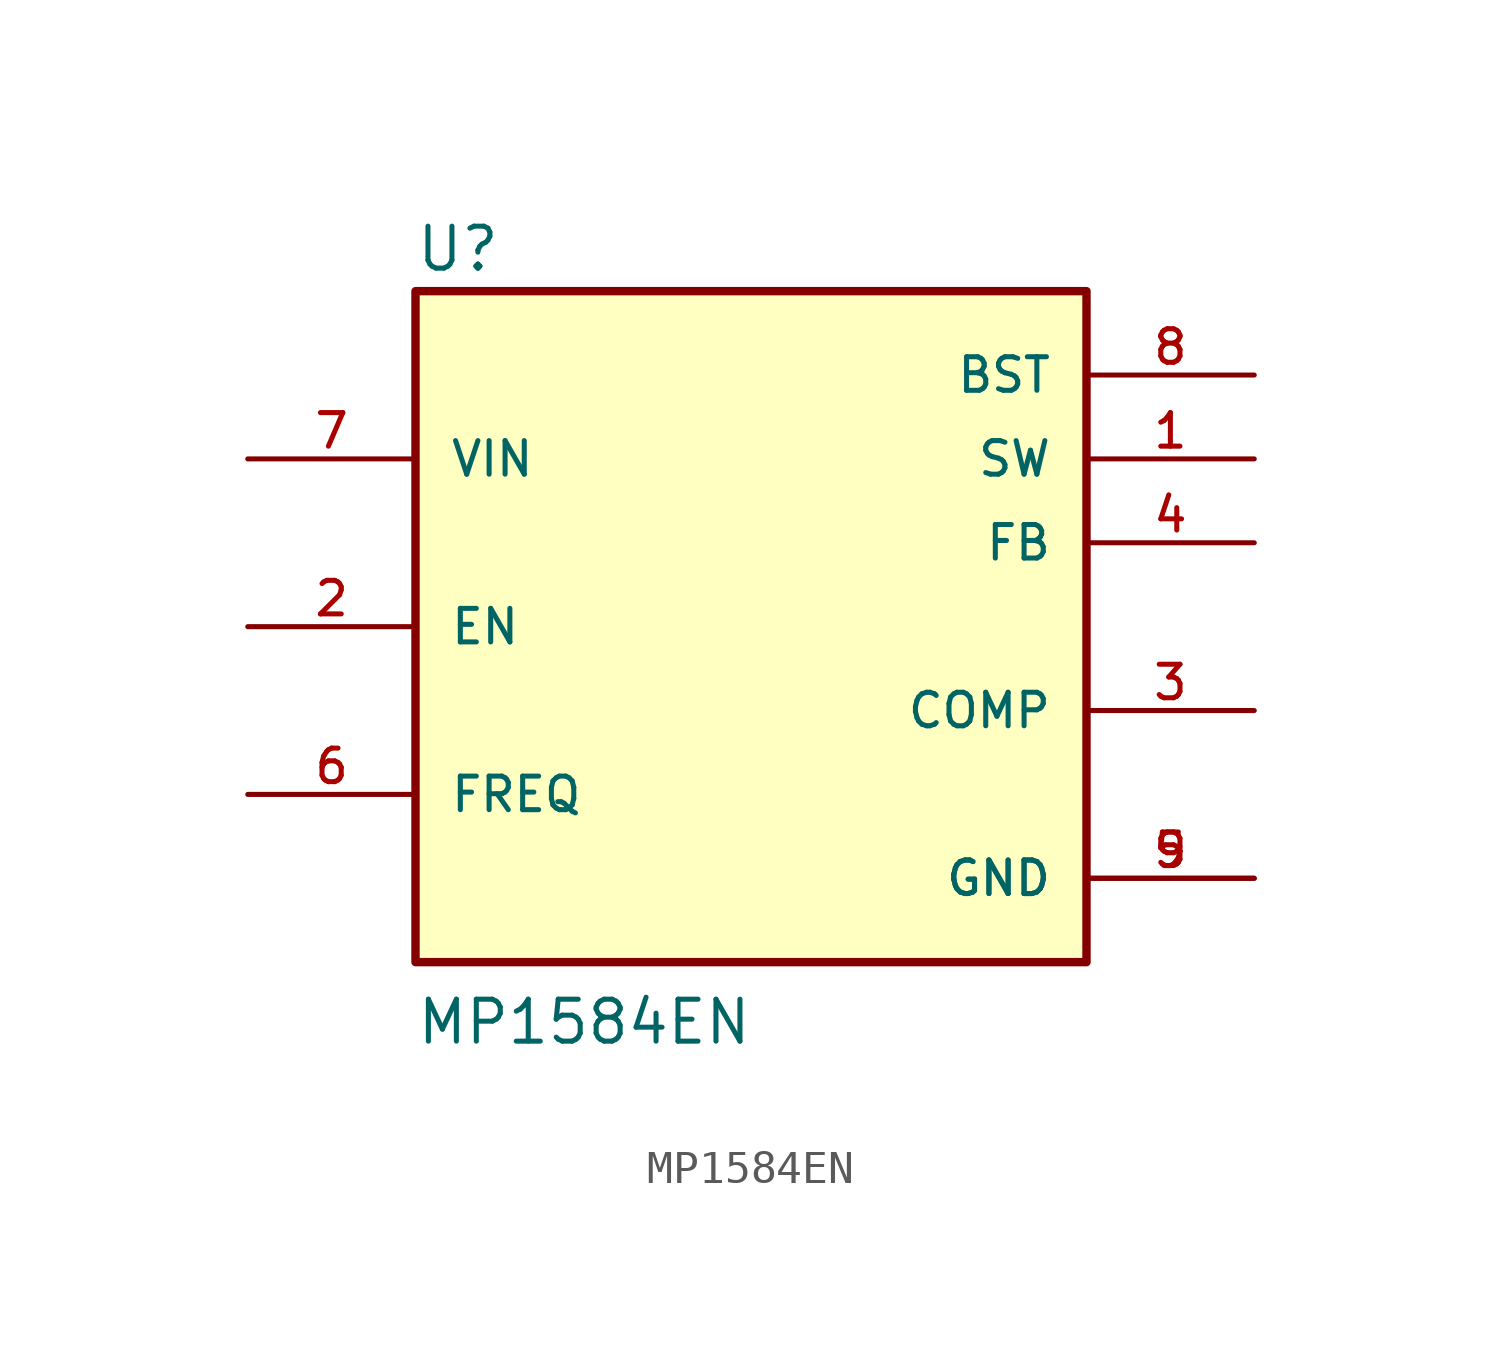
<source format=kicad_sym>
(kicad_symbol_lib
  (version 20220914)
  (generator kicad_symbol_editor)
  (symbol "MP1584EN"
    (pin_names
      (offset 1.016))
    (property "Reference" "U"
      (at -10.185 10.694 0)
      (effects (font (size 1.27 1.27)) (justify left bottom)))
    (property "Value" "MP1584EN"
      (at -10.172 -12.715 0)
      (effects (font (size 1.27 1.27)) (justify left bottom)))
    (symbol "MP1584EN_0_0"
      (rectangle (start -10.16 -10.16) (end 10.16 10.16) (stroke (width 0.254) (type default)) (fill (type background)))
      (pin output line (at 15.24 5.08 180) (length 5.08) (name "SW" (effects (font (size 1.016 1.016)))) (number "1" (effects (font (size 1.016 1.016)))))
      (pin input line (at -15.24 0 0) (length 5.08) (name "EN" (effects (font (size 1.016 1.016)))) (number "2" (effects (font (size 1.016 1.016)))))
      (pin output line (at 15.24 -2.54 180) (length 5.08) (name "COMP" (effects (font (size 1.016 1.016)))) (number "3" (effects (font (size 1.016 1.016)))))
      (pin input line (at 15.24 2.54 180) (length 5.08) (name "FB" (effects (font (size 1.016 1.016)))) (number "4" (effects (font (size 1.016 1.016)))))
      (pin power_in line (at 15.24 -7.62 180) (length 5.08) (name "GND" (effects (font (size 1.016 1.016)))) (number "5" (effects (font (size 1.016 1.016)))))
      (pin input line (at -15.24 -5.08 0) (length 5.08) (name "FREQ" (effects (font (size 1.016 1.016)))) (number "6" (effects (font (size 1.016 1.016)))))
      (pin input line (at -15.24 5.08 0) (length 5.08) (name "VIN" (effects (font (size 1.016 1.016)))) (number "7" (effects (font (size 1.016 1.016)))))
      (pin passive line (at 15.24 7.62 180) (length 5.08) (name "BST" (effects (font (size 1.016 1.016)))) (number "8" (effects (font (size 1.016 1.016)))))
      (pin power_in line (at 15.24 -7.62 180) (length 5.08) (name "GND" (effects (font (size 1.016 1.016)))) (number "9" (effects (font (size 1.016 1.016))))))))
</source>
